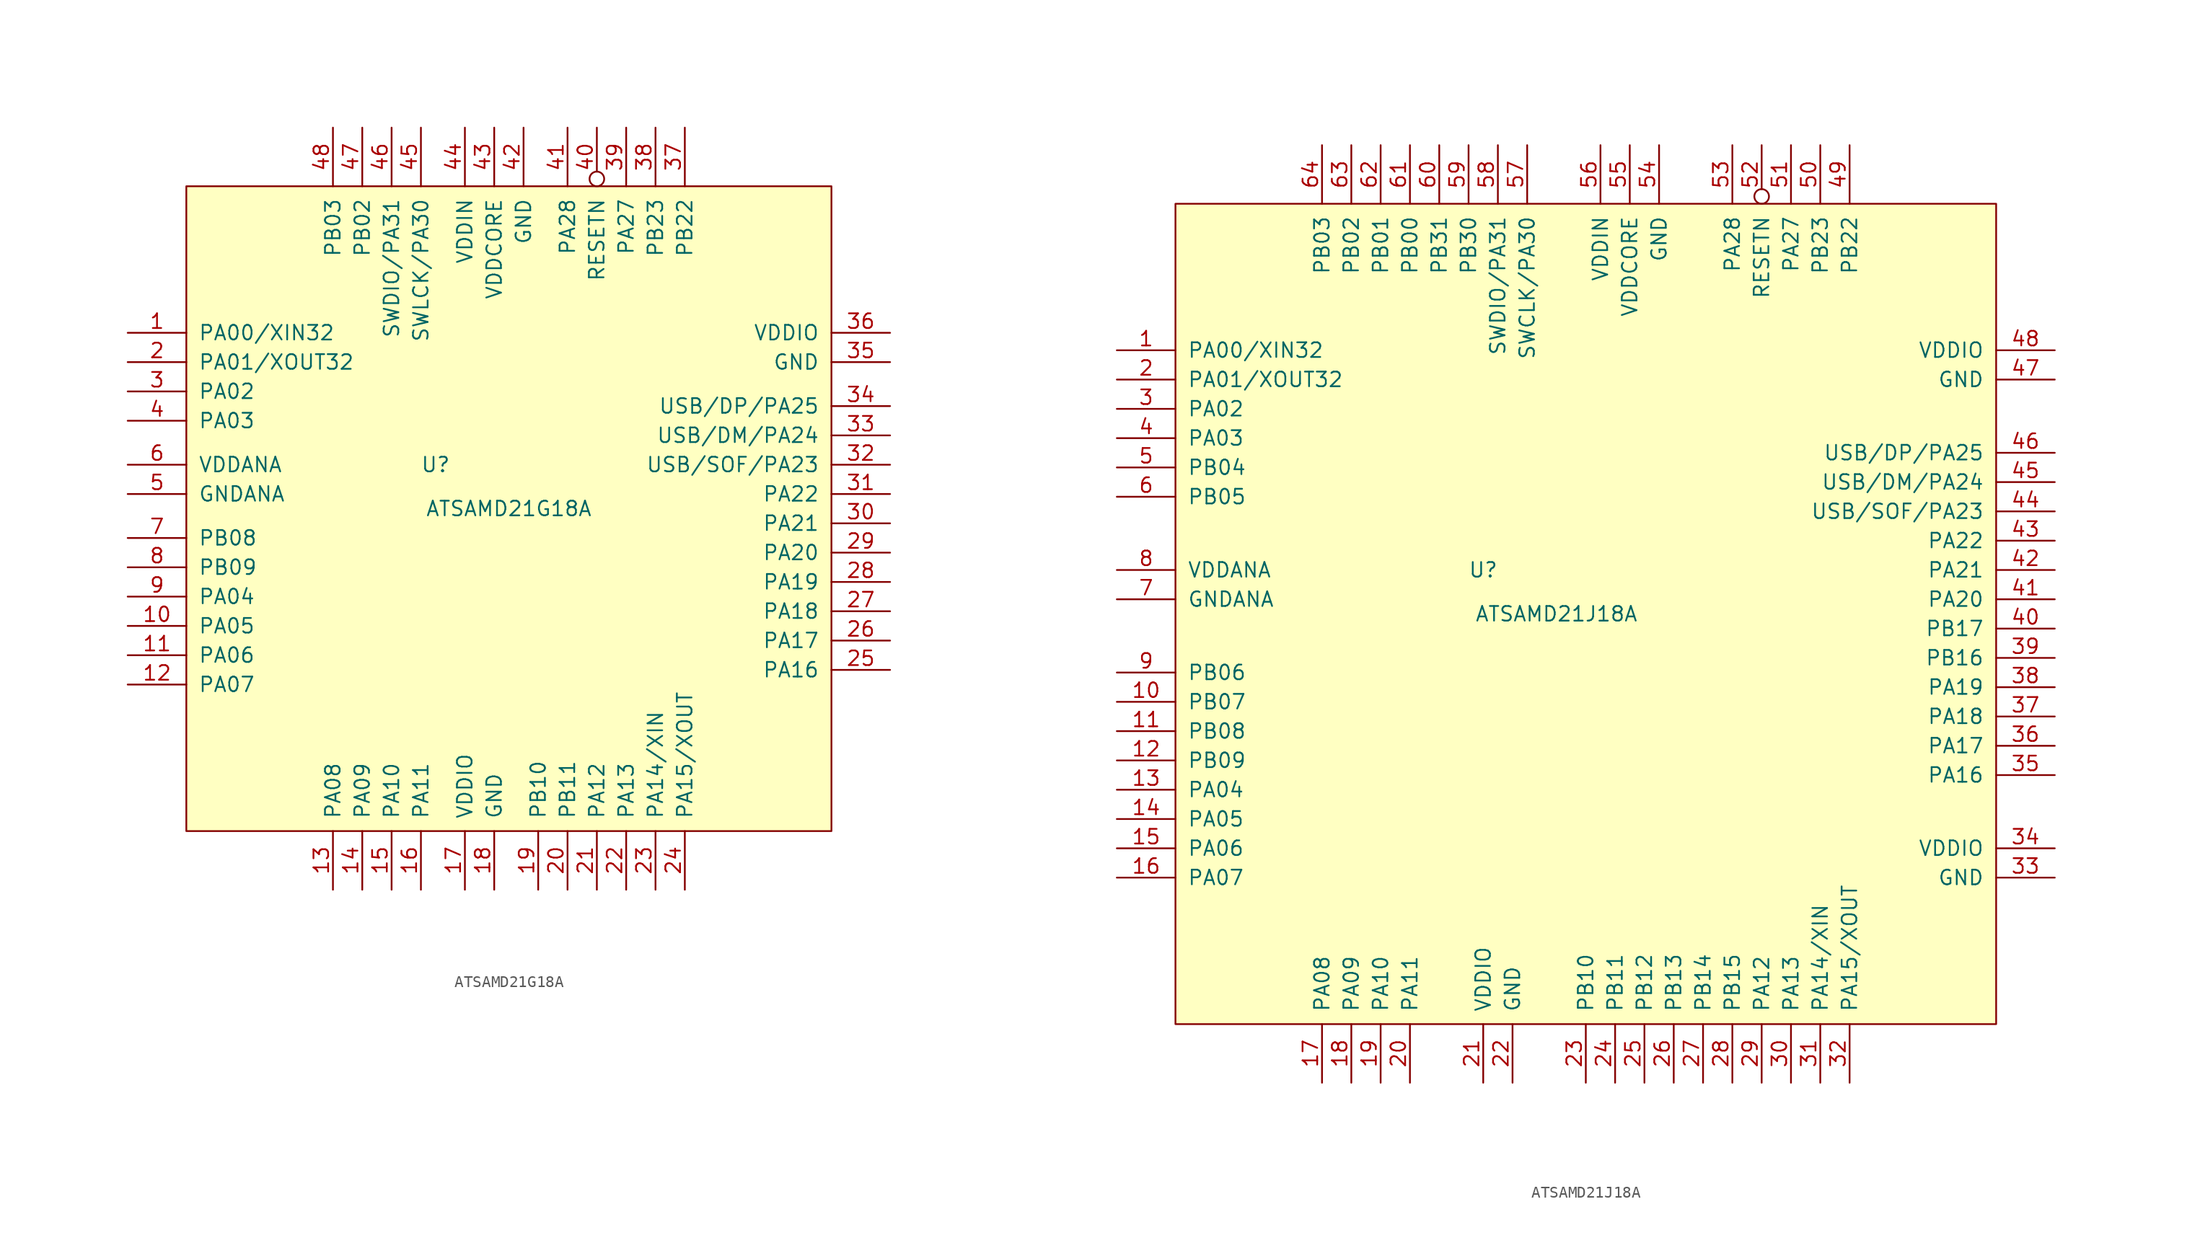
<source format=kicad_sym>
(kicad_symbol_lib
  (version 20211014)
  (generator kicad_symbol_editor)
  (symbol "ATSAMD21G18A"
    (pin_names
      (offset 1.016))
    (property "Reference" "U"
      (at -6.35 3.81 0)
      (effects (font (size 1.27 1.27))))
    (property "Value" "ATSAMD21G18A"
      (at 0 0 0)
      (effects (font (size 1.27 1.27))))
    (symbol "ATSAMD21G18A_1_1"
      (rectangle (start -27.94 27.94) (end 27.94 -27.94) (stroke (width 0) (type default) (color 0 0 0 0)) (fill (type background)))
      (pin bidirectional line (at -33.02 15.24 0) (length 5.08) (name "PA00/XIN32" (effects (font (size 1.27 1.27)))) (number "1" (effects (font (size 1.27 1.27)))))
      (pin bidirectional line (at -33.02 -10.16 0) (length 5.08) (name "PA05" (effects (font (size 1.27 1.27)))) (number "10" (effects (font (size 1.27 1.27)))))
      (pin bidirectional line (at -33.02 -12.7 0) (length 5.08) (name "PA06" (effects (font (size 1.27 1.27)))) (number "11" (effects (font (size 1.27 1.27)))))
      (pin bidirectional line (at -33.02 -15.24 0) (length 5.08) (name "PA07" (effects (font (size 1.27 1.27)))) (number "12" (effects (font (size 1.27 1.27)))))
      (pin bidirectional line (at -15.24 -33.02 90) (length 5.08) (name "PA08" (effects (font (size 1.27 1.27)))) (number "13" (effects (font (size 1.27 1.27)))))
      (pin bidirectional line (at -12.7 -33.02 90) (length 5.08) (name "PA09" (effects (font (size 1.27 1.27)))) (number "14" (effects (font (size 1.27 1.27)))))
      (pin bidirectional line (at -10.16 -33.02 90) (length 5.08) (name "PA10" (effects (font (size 1.27 1.27)))) (number "15" (effects (font (size 1.27 1.27)))))
      (pin bidirectional line (at -7.62 -33.02 90) (length 5.08) (name "PA11" (effects (font (size 1.27 1.27)))) (number "16" (effects (font (size 1.27 1.27)))))
      (pin power_in line (at -3.81 -33.02 90) (length 5.08) (name "VDDIO" (effects (font (size 1.27 1.27)))) (number "17" (effects (font (size 1.27 1.27)))))
      (pin power_in line (at -1.27 -33.02 90) (length 5.08) (name "GND" (effects (font (size 1.27 1.27)))) (number "18" (effects (font (size 1.27 1.27)))))
      (pin bidirectional line (at 2.54 -33.02 90) (length 5.08) (name "PB10" (effects (font (size 1.27 1.27)))) (number "19" (effects (font (size 1.27 1.27)))))
      (pin bidirectional line (at -33.02 12.7 0) (length 5.08) (name "PA01/XOUT32" (effects (font (size 1.27 1.27)))) (number "2" (effects (font (size 1.27 1.27)))))
      (pin bidirectional line (at 5.08 -33.02 90) (length 5.08) (name "PB11" (effects (font (size 1.27 1.27)))) (number "20" (effects (font (size 1.27 1.27)))))
      (pin bidirectional line (at 7.62 -33.02 90) (length 5.08) (name "PA12" (effects (font (size 1.27 1.27)))) (number "21" (effects (font (size 1.27 1.27)))))
      (pin bidirectional line (at 10.16 -33.02 90) (length 5.08) (name "PA13" (effects (font (size 1.27 1.27)))) (number "22" (effects (font (size 1.27 1.27)))))
      (pin bidirectional line (at 12.7 -33.02 90) (length 5.08) (name "PA14/XIN" (effects (font (size 1.27 1.27)))) (number "23" (effects (font (size 1.27 1.27)))))
      (pin bidirectional line (at 15.24 -33.02 90) (length 5.08) (name "PA15/XOUT" (effects (font (size 1.27 1.27)))) (number "24" (effects (font (size 1.27 1.27)))))
      (pin bidirectional line (at 33.02 -13.97 180) (length 5.08) (name "PA16" (effects (font (size 1.27 1.27)))) (number "25" (effects (font (size 1.27 1.27)))))
      (pin bidirectional line (at 33.02 -11.43 180) (length 5.08) (name "PA17" (effects (font (size 1.27 1.27)))) (number "26" (effects (font (size 1.27 1.27)))))
      (pin bidirectional line (at 33.02 -8.89 180) (length 5.08) (name "PA18" (effects (font (size 1.27 1.27)))) (number "27" (effects (font (size 1.27 1.27)))))
      (pin bidirectional line (at 33.02 -6.35 180) (length 5.08) (name "PA19" (effects (font (size 1.27 1.27)))) (number "28" (effects (font (size 1.27 1.27)))))
      (pin bidirectional line (at 33.02 -3.81 180) (length 5.08) (name "PA20" (effects (font (size 1.27 1.27)))) (number "29" (effects (font (size 1.27 1.27)))))
      (pin bidirectional line (at -33.02 10.16 0) (length 5.08) (name "PA02" (effects (font (size 1.27 1.27)))) (number "3" (effects (font (size 1.27 1.27)))))
      (pin bidirectional line (at 33.02 -1.27 180) (length 5.08) (name "PA21" (effects (font (size 1.27 1.27)))) (number "30" (effects (font (size 1.27 1.27)))))
      (pin bidirectional line (at 33.02 1.27 180) (length 5.08) (name "PA22" (effects (font (size 1.27 1.27)))) (number "31" (effects (font (size 1.27 1.27)))))
      (pin bidirectional line (at 33.02 3.81 180) (length 5.08) (name "USB/SOF/PA23" (effects (font (size 1.27 1.27)))) (number "32" (effects (font (size 1.27 1.27)))))
      (pin bidirectional line (at 33.02 6.35 180) (length 5.08) (name "USB/DM/PA24" (effects (font (size 1.27 1.27)))) (number "33" (effects (font (size 1.27 1.27)))))
      (pin bidirectional line (at 33.02 8.89 180) (length 5.08) (name "USB/DP/PA25" (effects (font (size 1.27 1.27)))) (number "34" (effects (font (size 1.27 1.27)))))
      (pin power_in line (at 33.02 12.7 180) (length 5.08) (name "GND" (effects (font (size 1.27 1.27)))) (number "35" (effects (font (size 1.27 1.27)))))
      (pin power_in line (at 33.02 15.24 180) (length 5.08) (name "VDDIO" (effects (font (size 1.27 1.27)))) (number "36" (effects (font (size 1.27 1.27)))))
      (pin bidirectional line (at 15.24 33.02 270) (length 5.08) (name "PB22" (effects (font (size 1.27 1.27)))) (number "37" (effects (font (size 1.27 1.27)))))
      (pin bidirectional line (at 12.7 33.02 270) (length 5.08) (name "PB23" (effects (font (size 1.27 1.27)))) (number "38" (effects (font (size 1.27 1.27)))))
      (pin bidirectional line (at 10.16 33.02 270) (length 5.08) (name "PA27" (effects (font (size 1.27 1.27)))) (number "39" (effects (font (size 1.27 1.27)))))
      (pin bidirectional line (at -33.02 7.62 0) (length 5.08) (name "PA03" (effects (font (size 1.27 1.27)))) (number "4" (effects (font (size 1.27 1.27)))))
      (pin input inverted (at 7.62 33.02 270) (length 5.08) (name "RESETN" (effects (font (size 1.27 1.27)))) (number "40" (effects (font (size 1.27 1.27)))))
      (pin bidirectional line (at 5.08 33.02 270) (length 5.08) (name "PA28" (effects (font (size 1.27 1.27)))) (number "41" (effects (font (size 1.27 1.27)))))
      (pin power_in line (at 1.27 33.02 270) (length 5.08) (name "GND" (effects (font (size 1.27 1.27)))) (number "42" (effects (font (size 1.27 1.27)))))
      (pin power_in line (at -1.27 33.02 270) (length 5.08) (name "VDDCORE" (effects (font (size 1.27 1.27)))) (number "43" (effects (font (size 1.27 1.27)))))
      (pin power_in line (at -3.81 33.02 270) (length 5.08) (name "VDDIN" (effects (font (size 1.27 1.27)))) (number "44" (effects (font (size 1.27 1.27)))))
      (pin bidirectional line (at -7.62 33.02 270) (length 5.08) (name "SWLCK/PA30" (effects (font (size 1.27 1.27)))) (number "45" (effects (font (size 1.27 1.27)))))
      (pin bidirectional line (at -10.16 33.02 270) (length 5.08) (name "SWDIO/PA31" (effects (font (size 1.27 1.27)))) (number "46" (effects (font (size 1.27 1.27)))))
      (pin bidirectional line (at -12.7 33.02 270) (length 5.08) (name "PB02" (effects (font (size 1.27 1.27)))) (number "47" (effects (font (size 1.27 1.27)))))
      (pin bidirectional line (at -15.24 33.02 270) (length 5.08) (name "PB03" (effects (font (size 1.27 1.27)))) (number "48" (effects (font (size 1.27 1.27)))))
      (pin power_in line (at -33.02 1.27 0) (length 5.08) (name "GNDANA" (effects (font (size 1.27 1.27)))) (number "5" (effects (font (size 1.27 1.27)))))
      (pin power_in line (at -33.02 3.81 0) (length 5.08) (name "VDDANA" (effects (font (size 1.27 1.27)))) (number "6" (effects (font (size 1.27 1.27)))))
      (pin bidirectional line (at -33.02 -2.54 0) (length 5.08) (name "PB08" (effects (font (size 1.27 1.27)))) (number "7" (effects (font (size 1.27 1.27)))))
      (pin bidirectional line (at -33.02 -5.08 0) (length 5.08) (name "PB09" (effects (font (size 1.27 1.27)))) (number "8" (effects (font (size 1.27 1.27)))))
      (pin bidirectional line (at -33.02 -7.62 0) (length 5.08) (name "PA04" (effects (font (size 1.27 1.27)))) (number "9" (effects (font (size 1.27 1.27)))))))
  (symbol "ATSAMD21J18A"
    (pin_names
      (offset 1.016))
    (property "Reference" "U"
      (at -8.89 3.81 0)
      (effects (font (size 1.27 1.27))))
    (property "Value" "ATSAMD21J18A"
      (at -2.54 0 0)
      (effects (font (size 1.27 1.27))))
    (symbol "ATSAMD21J18A_0_1"
      (rectangle (start -35.56 35.56) (end 35.56 -35.56) (stroke (width 0) (type default) (color 0 0 0 0)) (fill (type background))))
    (symbol "ATSAMD21J18A_1_1"
      (pin bidirectional line (at -40.64 22.86 0) (length 5.08) (name "PA00/XIN32" (effects (font (size 1.27 1.27)))) (number "1" (effects (font (size 1.27 1.27)))))
      (pin bidirectional line (at -40.64 -7.62 0) (length 5.08) (name "PB07" (effects (font (size 1.27 1.27)))) (number "10" (effects (font (size 1.27 1.27)))))
      (pin bidirectional line (at -40.64 -10.16 0) (length 5.08) (name "PB08" (effects (font (size 1.27 1.27)))) (number "11" (effects (font (size 1.27 1.27)))))
      (pin bidirectional line (at -40.64 -12.7 0) (length 5.08) (name "PB09" (effects (font (size 1.27 1.27)))) (number "12" (effects (font (size 1.27 1.27)))))
      (pin bidirectional line (at -40.64 -15.24 0) (length 5.08) (name "PA04" (effects (font (size 1.27 1.27)))) (number "13" (effects (font (size 1.27 1.27)))))
      (pin bidirectional line (at -40.64 -17.78 0) (length 5.08) (name "PA05" (effects (font (size 1.27 1.27)))) (number "14" (effects (font (size 1.27 1.27)))))
      (pin bidirectional line (at -40.64 -20.32 0) (length 5.08) (name "PA06" (effects (font (size 1.27 1.27)))) (number "15" (effects (font (size 1.27 1.27)))))
      (pin bidirectional line (at -40.64 -22.86 0) (length 5.08) (name "PA07" (effects (font (size 1.27 1.27)))) (number "16" (effects (font (size 1.27 1.27)))))
      (pin bidirectional line (at -22.86 -40.64 90) (length 5.08) (name "PA08" (effects (font (size 1.27 1.27)))) (number "17" (effects (font (size 1.27 1.27)))))
      (pin bidirectional line (at -20.32 -40.64 90) (length 5.08) (name "PA09" (effects (font (size 1.27 1.27)))) (number "18" (effects (font (size 1.27 1.27)))))
      (pin bidirectional line (at -17.78 -40.64 90) (length 5.08) (name "PA10" (effects (font (size 1.27 1.27)))) (number "19" (effects (font (size 1.27 1.27)))))
      (pin bidirectional line (at -40.64 20.32 0) (length 5.08) (name "PA01/XOUT32" (effects (font (size 1.27 1.27)))) (number "2" (effects (font (size 1.27 1.27)))))
      (pin bidirectional line (at -15.24 -40.64 90) (length 5.08) (name "PA11" (effects (font (size 1.27 1.27)))) (number "20" (effects (font (size 1.27 1.27)))))
      (pin power_in line (at -8.89 -40.64 90) (length 5.08) (name "VDDIO" (effects (font (size 1.27 1.27)))) (number "21" (effects (font (size 1.27 1.27)))))
      (pin power_in line (at -6.35 -40.64 90) (length 5.08) (name "GND" (effects (font (size 1.27 1.27)))) (number "22" (effects (font (size 1.27 1.27)))))
      (pin bidirectional line (at 0 -40.64 90) (length 5.08) (name "PB10" (effects (font (size 1.27 1.27)))) (number "23" (effects (font (size 1.27 1.27)))))
      (pin bidirectional line (at 2.54 -40.64 90) (length 5.08) (name "PB11" (effects (font (size 1.27 1.27)))) (number "24" (effects (font (size 1.27 1.27)))))
      (pin bidirectional line (at 5.08 -40.64 90) (length 5.08) (name "PB12" (effects (font (size 1.27 1.27)))) (number "25" (effects (font (size 1.27 1.27)))))
      (pin bidirectional line (at 7.62 -40.64 90) (length 5.08) (name "PB13" (effects (font (size 1.27 1.27)))) (number "26" (effects (font (size 1.27 1.27)))))
      (pin bidirectional line (at 10.16 -40.64 90) (length 5.08) (name "PB14" (effects (font (size 1.27 1.27)))) (number "27" (effects (font (size 1.27 1.27)))))
      (pin bidirectional line (at 12.7 -40.64 90) (length 5.08) (name "PB15" (effects (font (size 1.27 1.27)))) (number "28" (effects (font (size 1.27 1.27)))))
      (pin bidirectional line (at 15.24 -40.64 90) (length 5.08) (name "PA12" (effects (font (size 1.27 1.27)))) (number "29" (effects (font (size 1.27 1.27)))))
      (pin bidirectional line (at -40.64 17.78 0) (length 5.08) (name "PA02" (effects (font (size 1.27 1.27)))) (number "3" (effects (font (size 1.27 1.27)))))
      (pin bidirectional line (at 17.78 -40.64 90) (length 5.08) (name "PA13" (effects (font (size 1.27 1.27)))) (number "30" (effects (font (size 1.27 1.27)))))
      (pin bidirectional line (at 20.32 -40.64 90) (length 5.08) (name "PA14/XIN" (effects (font (size 1.27 1.27)))) (number "31" (effects (font (size 1.27 1.27)))))
      (pin bidirectional line (at 22.86 -40.64 90) (length 5.08) (name "PA15/XOUT" (effects (font (size 1.27 1.27)))) (number "32" (effects (font (size 1.27 1.27)))))
      (pin power_in line (at 40.64 -22.86 180) (length 5.08) (name "GND" (effects (font (size 1.27 1.27)))) (number "33" (effects (font (size 1.27 1.27)))))
      (pin power_in line (at 40.64 -20.32 180) (length 5.08) (name "VDDIO" (effects (font (size 1.27 1.27)))) (number "34" (effects (font (size 1.27 1.27)))))
      (pin bidirectional line (at 40.64 -13.97 180) (length 5.08) (name "PA16" (effects (font (size 1.27 1.27)))) (number "35" (effects (font (size 1.27 1.27)))))
      (pin bidirectional line (at 40.64 -11.43 180) (length 5.08) (name "PA17" (effects (font (size 1.27 1.27)))) (number "36" (effects (font (size 1.27 1.27)))))
      (pin bidirectional line (at 40.64 -8.89 180) (length 5.08) (name "PA18" (effects (font (size 1.27 1.27)))) (number "37" (effects (font (size 1.27 1.27)))))
      (pin bidirectional line (at 40.64 -6.35 180) (length 5.08) (name "PA19" (effects (font (size 1.27 1.27)))) (number "38" (effects (font (size 1.27 1.27)))))
      (pin bidirectional line (at 40.64 -3.81 180) (length 5.08) (name "PB16" (effects (font (size 1.27 1.27)))) (number "39" (effects (font (size 1.27 1.27)))))
      (pin bidirectional line (at -40.64 15.24 0) (length 5.08) (name "PA03" (effects (font (size 1.27 1.27)))) (number "4" (effects (font (size 1.27 1.27)))))
      (pin bidirectional line (at 40.64 -1.27 180) (length 5.08) (name "PB17" (effects (font (size 1.27 1.27)))) (number "40" (effects (font (size 1.27 1.27)))))
      (pin bidirectional line (at 40.64 1.27 180) (length 5.08) (name "PA20" (effects (font (size 1.27 1.27)))) (number "41" (effects (font (size 1.27 1.27)))))
      (pin bidirectional line (at 40.64 3.81 180) (length 5.08) (name "PA21" (effects (font (size 1.27 1.27)))) (number "42" (effects (font (size 1.27 1.27)))))
      (pin bidirectional line (at 40.64 6.35 180) (length 5.08) (name "PA22" (effects (font (size 1.27 1.27)))) (number "43" (effects (font (size 1.27 1.27)))))
      (pin bidirectional line (at 40.64 8.89 180) (length 5.08) (name "USB/SOF/PA23" (effects (font (size 1.27 1.27)))) (number "44" (effects (font (size 1.27 1.27)))))
      (pin bidirectional line (at 40.64 11.43 180) (length 5.08) (name "USB/DM/PA24" (effects (font (size 1.27 1.27)))) (number "45" (effects (font (size 1.27 1.27)))))
      (pin bidirectional line (at 40.64 13.97 180) (length 5.08) (name "USB/DP/PA25" (effects (font (size 1.27 1.27)))) (number "46" (effects (font (size 1.27 1.27)))))
      (pin power_in line (at 40.64 20.32 180) (length 5.08) (name "GND" (effects (font (size 1.27 1.27)))) (number "47" (effects (font (size 1.27 1.27)))))
      (pin power_in line (at 40.64 22.86 180) (length 5.08) (name "VDDIO" (effects (font (size 1.27 1.27)))) (number "48" (effects (font (size 1.27 1.27)))))
      (pin bidirectional line (at 22.86 40.64 270) (length 5.08) (name "PB22" (effects (font (size 1.27 1.27)))) (number "49" (effects (font (size 1.27 1.27)))))
      (pin bidirectional line (at -40.64 12.7 0) (length 5.08) (name "PB04" (effects (font (size 1.27 1.27)))) (number "5" (effects (font (size 1.27 1.27)))))
      (pin bidirectional line (at 20.32 40.64 270) (length 5.08) (name "PB23" (effects (font (size 1.27 1.27)))) (number "50" (effects (font (size 1.27 1.27)))))
      (pin bidirectional line (at 17.78 40.64 270) (length 5.08) (name "PA27" (effects (font (size 1.27 1.27)))) (number "51" (effects (font (size 1.27 1.27)))))
      (pin input inverted (at 15.24 40.64 270) (length 5.08) (name "RESETN" (effects (font (size 1.27 1.27)))) (number "52" (effects (font (size 1.27 1.27)))))
      (pin bidirectional line (at 12.7 40.64 270) (length 5.08) (name "PA28" (effects (font (size 1.27 1.27)))) (number "53" (effects (font (size 1.27 1.27)))))
      (pin power_in line (at 6.35 40.64 270) (length 5.08) (name "GND" (effects (font (size 1.27 1.27)))) (number "54" (effects (font (size 1.27 1.27)))))
      (pin power_in line (at 3.81 40.64 270) (length 5.08) (name "VDDCORE" (effects (font (size 1.27 1.27)))) (number "55" (effects (font (size 1.27 1.27)))))
      (pin power_in line (at 1.27 40.64 270) (length 5.08) (name "VDDIN" (effects (font (size 1.27 1.27)))) (number "56" (effects (font (size 1.27 1.27)))))
      (pin bidirectional line (at -5.08 40.64 270) (length 5.08) (name "SWCLK/PA30" (effects (font (size 1.27 1.27)))) (number "57" (effects (font (size 1.27 1.27)))))
      (pin bidirectional line (at -7.62 40.64 270) (length 5.08) (name "SWDIO/PA31" (effects (font (size 1.27 1.27)))) (number "58" (effects (font (size 1.27 1.27)))))
      (pin bidirectional line (at -10.16 40.64 270) (length 5.08) (name "PB30" (effects (font (size 1.27 1.27)))) (number "59" (effects (font (size 1.27 1.27)))))
      (pin bidirectional line (at -40.64 10.16 0) (length 5.08) (name "PB05" (effects (font (size 1.27 1.27)))) (number "6" (effects (font (size 1.27 1.27)))))
      (pin bidirectional line (at -12.7 40.64 270) (length 5.08) (name "PB31" (effects (font (size 1.27 1.27)))) (number "60" (effects (font (size 1.27 1.27)))))
      (pin bidirectional line (at -15.24 40.64 270) (length 5.08) (name "PB00" (effects (font (size 1.27 1.27)))) (number "61" (effects (font (size 1.27 1.27)))))
      (pin bidirectional line (at -17.78 40.64 270) (length 5.08) (name "PB01" (effects (font (size 1.27 1.27)))) (number "62" (effects (font (size 1.27 1.27)))))
      (pin bidirectional line (at -20.32 40.64 270) (length 5.08) (name "PB02" (effects (font (size 1.27 1.27)))) (number "63" (effects (font (size 1.27 1.27)))))
      (pin bidirectional line (at -22.86 40.64 270) (length 5.08) (name "PB03" (effects (font (size 1.27 1.27)))) (number "64" (effects (font (size 1.27 1.27)))))
      (pin power_in line (at -40.64 1.27 0) (length 5.08) (name "GNDANA" (effects (font (size 1.27 1.27)))) (number "7" (effects (font (size 1.27 1.27)))))
      (pin power_in line (at -40.64 3.81 0) (length 5.08) (name "VDDANA" (effects (font (size 1.27 1.27)))) (number "8" (effects (font (size 1.27 1.27)))))
      (pin bidirectional line (at -40.64 -5.08 0) (length 5.08) (name "PB06" (effects (font (size 1.27 1.27)))) (number "9" (effects (font (size 1.27 1.27))))))))
</source>
